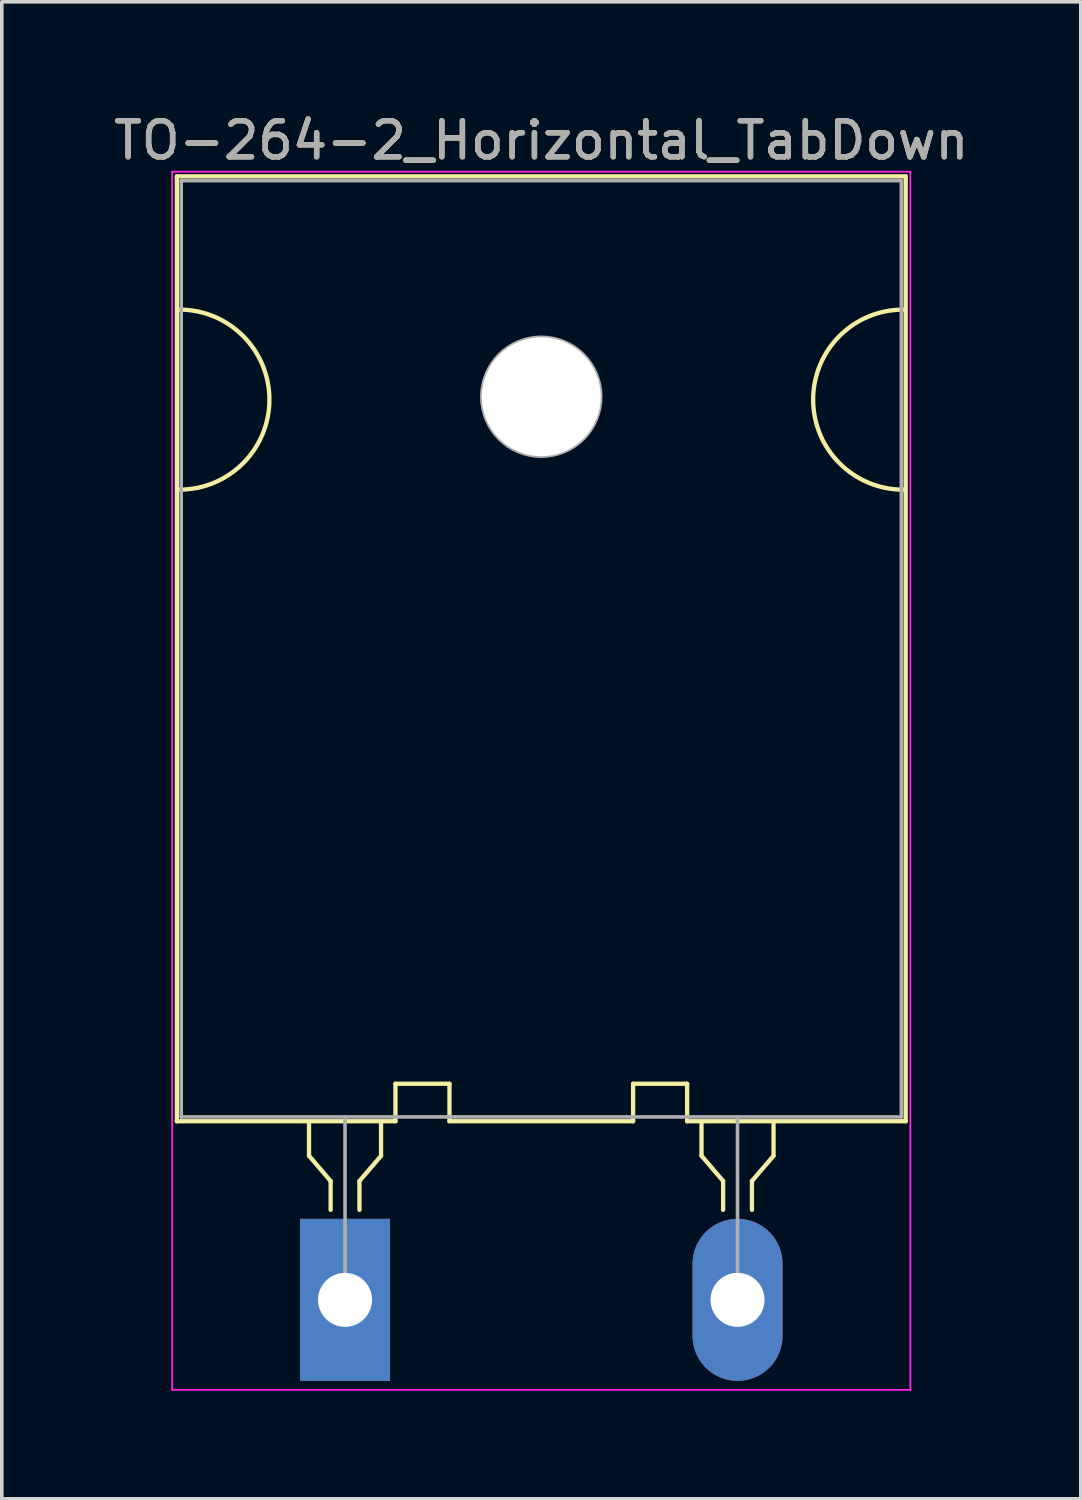
<source format=kicad_pcb>
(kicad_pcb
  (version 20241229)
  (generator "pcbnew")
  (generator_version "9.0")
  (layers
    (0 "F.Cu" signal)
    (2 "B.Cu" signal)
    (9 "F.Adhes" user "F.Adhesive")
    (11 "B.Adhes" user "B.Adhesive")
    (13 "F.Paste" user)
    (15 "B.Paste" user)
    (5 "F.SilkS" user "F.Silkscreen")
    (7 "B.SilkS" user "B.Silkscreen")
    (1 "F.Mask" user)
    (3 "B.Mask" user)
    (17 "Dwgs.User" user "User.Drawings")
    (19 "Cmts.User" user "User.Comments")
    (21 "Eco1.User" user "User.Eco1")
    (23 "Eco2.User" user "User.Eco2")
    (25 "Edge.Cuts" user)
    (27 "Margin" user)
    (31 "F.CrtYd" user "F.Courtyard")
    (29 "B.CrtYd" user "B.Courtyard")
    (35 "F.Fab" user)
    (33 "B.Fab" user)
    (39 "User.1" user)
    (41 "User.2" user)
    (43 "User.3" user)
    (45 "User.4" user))
  (footprint "TO-264-2_Horizontal_TabDown"
    (layer "F.Cu")
    (at 6.532 33.048)
    (property "Reference" "TO-264-2_Horizontal_TabDown" (at 5.45 -32.2 0) (layer "F.SilkS") (effects (font (size 1 1) (thickness 0.15))))
    (attr through_hole)
    (fp_line (start -4.67 -31.2) (end -4.67 -4.96) (stroke (width 0.12) (type solid)) (layer "F.SilkS"))
    (fp_line (start -4.67 -31.2) (end 15.57 -31.2) (stroke (width 0.12) (type solid)) (layer "F.SilkS"))
    (fp_line (start -4.67 -4.96) (end 1.4 -4.96) (stroke (width 0.12) (type solid)) (layer "F.SilkS"))
    (fp_line (start -1 -4.9) (end -1 -4) (stroke (width 0.12) (type solid)) (layer "F.SilkS"))
    (fp_line (start -1 -4) (end -0.4 -3.3) (stroke (width 0.12) (type solid)) (layer "F.SilkS"))
    (fp_line (start -0.4 -3.3) (end -0.4 -2.5) (stroke (width 0.12) (type solid)) (layer "F.SilkS"))
    (fp_line (start 0.4 -3.3) (end 1 -4) (stroke (width 0.12) (type solid)) (layer "F.SilkS"))
    (fp_line (start 0.4 -2.5) (end 0.4 -3.3) (stroke (width 0.12) (type solid)) (layer "F.SilkS"))
    (fp_line (start 1 -4) (end 1 -4.9) (stroke (width 0.12) (type solid)) (layer "F.SilkS"))
    (fp_line (start 1.4 -6) (end 2.9 -6) (stroke (width 0.12) (type solid)) (layer "F.SilkS"))
    (fp_line (start 1.4 -4.96) (end 1.4 -6) (stroke (width 0.12) (type solid)) (layer "F.SilkS"))
    (fp_line (start 2.9 -6) (end 2.9 -4.96) (stroke (width 0.12) (type solid)) (layer "F.SilkS"))
    (fp_line (start 2.9 -4.96) (end 8 -4.96) (stroke (width 0.12) (type solid)) (layer "F.SilkS"))
    (fp_line (start 8 -6) (end 8 -4.96) (stroke (width 0.12) (type solid)) (layer "F.SilkS"))
    (fp_line (start 9.5 -6) (end 8 -6) (stroke (width 0.12) (type solid)) (layer "F.SilkS"))
    (fp_line (start 9.5 -4.96) (end 9.5 -6) (stroke (width 0.12) (type solid)) (layer "F.SilkS"))
    (fp_line (start 9.5 -4.96) (end 15.57 -4.96) (stroke (width 0.12) (type solid)) (layer "F.SilkS"))
    (fp_line (start 9.9 -4.9) (end 9.9 -4) (stroke (width 0.12) (type solid)) (layer "F.SilkS"))
    (fp_line (start 9.9 -4) (end 10.5 -3.3) (stroke (width 0.12) (type solid)) (layer "F.SilkS"))
    (fp_line (start 10.5 -3.3) (end 10.5 -2.5) (stroke (width 0.12) (type solid)) (layer "F.SilkS"))
    (fp_line (start 11.3 -3.3) (end 11.9 -4) (stroke (width 0.12) (type solid)) (layer "F.SilkS"))
    (fp_line (start 11.3 -2.5) (end 11.3 -3.3) (stroke (width 0.12) (type solid)) (layer "F.SilkS"))
    (fp_line (start 11.9 -4) (end 11.9 -4.9) (stroke (width 0.12) (type solid)) (layer "F.SilkS"))
    (fp_line (start 15.57 -31.2) (end 15.57 -4.96) (stroke (width 0.12) (type solid)) (layer "F.SilkS"))
    (fp_arc (start -4.6 -27.5) (mid -2.1 -25) (end -4.6 -22.5) (stroke (width 0.12) (type solid)) (layer "F.SilkS"))
    (fp_arc (start 15.5 -22.5) (mid 13 -25) (end 15.5 -27.5) (stroke (width 0.12) (type solid)) (layer "F.SilkS"))
    (fp_line (start -4.8 -31.33) (end -4.8 2.5) (stroke (width 0.05) (type solid)) (layer "F.CrtYd"))
    (fp_line (start -4.8 2.5) (end 15.7 2.5) (stroke (width 0.05) (type solid)) (layer "F.CrtYd"))
    (fp_line (start 15.7 -31.33) (end -4.8 -31.33) (stroke (width 0.05) (type solid)) (layer "F.CrtYd"))
    (fp_line (start 15.7 2.5) (end 15.7 -31.33) (stroke (width 0.05) (type solid)) (layer "F.CrtYd"))
    (fp_line (start -4.55 -31.08) (end 15.45 -31.08) (stroke (width 0.1) (type solid)) (layer "F.Fab"))
    (fp_line (start -4.55 -5.08) (end -4.55 -31.08) (stroke (width 0.1) (type solid)) (layer "F.Fab"))
    (fp_line (start 0 -5.08) (end 0 0) (stroke (width 0.1) (type solid)) (layer "F.Fab"))
    (fp_line (start 10.9 -5.08) (end 10.9 0) (stroke (width 0.1) (type solid)) (layer "F.Fab"))
    (fp_line (start 15.45 -31.08) (end 15.45 -5.08) (stroke (width 0.1) (type solid)) (layer "F.Fab"))
    (fp_line (start 15.45 -5.08) (end -4.55 -5.08) (stroke (width 0.1) (type solid)) (layer "F.Fab"))
    (fp_circle (center 5.45 -25.08) (end 7.1 -25.08) (stroke (width 0.1) (type solid)) (fill no) (layer "F.Fab"))
    (fp_text user "${REFERENCE}" (at 5.45 -32.2 0) (layer "F.Fab") (effects (font (size 1 1) (thickness 0.15))))
    (pad "" np_thru_hole oval (at 5.45 -25.08) (size 3.3 3.3) (drill 3.3) (layers "*.Cu" "*.Mask"))
    (pad "1" thru_hole rect (at 0 0) (size 2.5 4.5) (drill 1.5) (layers "*.Cu" "*.Mask"))
    (pad "2" thru_hole oval (at 10.9 0) (size 2.5 4.5) (drill 1.5) (layers "*.Cu" "*.Mask")))
  (gr_rect
    (start -3 -3)
    (end 26.964 38.573)
    (stroke (width 0.1) (type default))
    (fill no)
    (layer "Edge.Cuts")))
</source>
